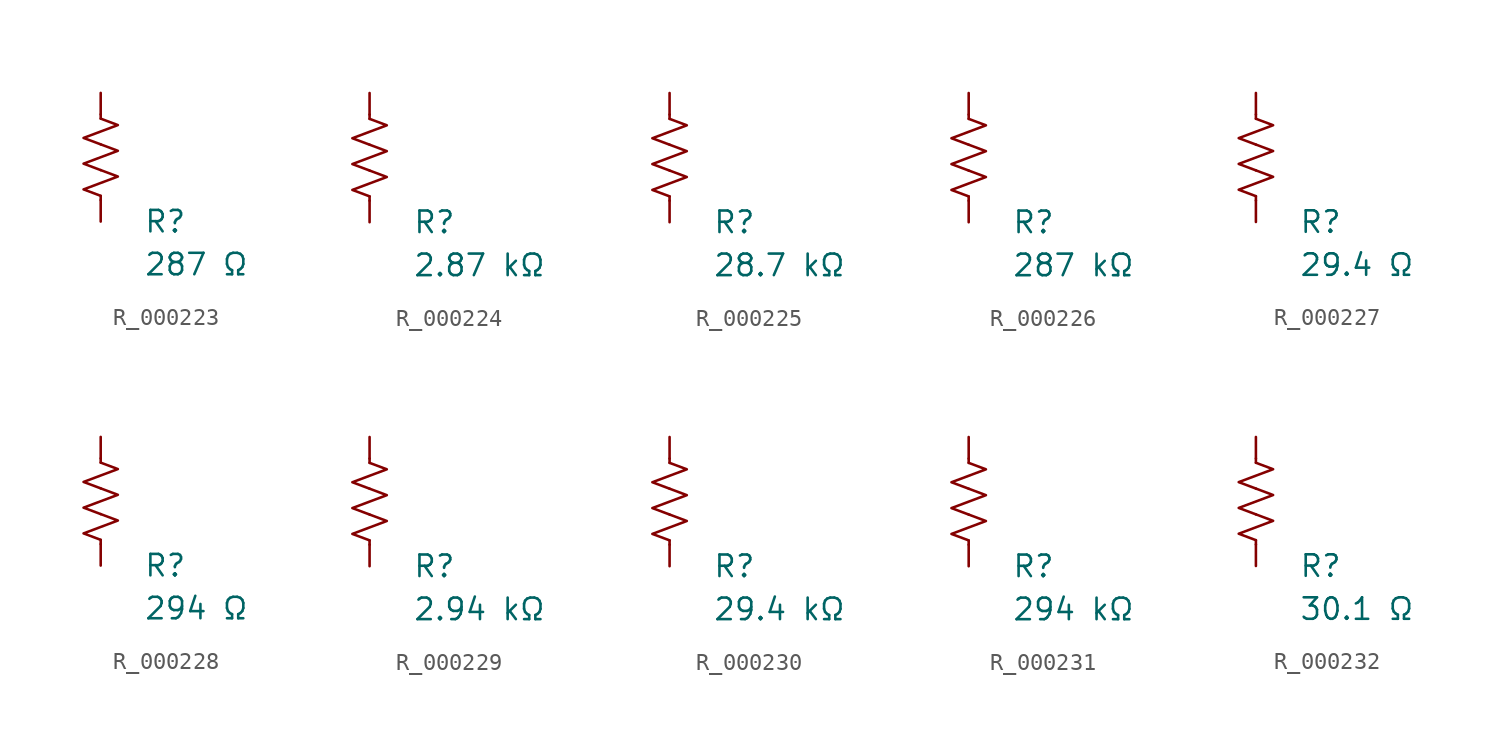
<source format=kicad_sym>
(kicad_symbol_lib
  (version 20231120)
  (generator "kicad_symbol_editor")
  (generator_version "8.0")
  (symbol "R_000223"
    (pin_numbers hide)
    (pin_names
      (offset 0))
    (property "Reference" "R"
      (at 2.54 -3.81 0)
      (effects (font (size 1.27 1.27)) (justify left))
      (show_name no))
    (property "Value" "287 Ω"
      (at 2.54 -6.35 0)
      (effects (font (size 1.27 1.27)) (justify left))
      (show_name no))
    (symbol "R_000223_0_1"
      (polyline (pts (xy 0 -2.286) (xy 0 -2.54)) (stroke (width 0) (type default)) (fill (type none)))
      (polyline (pts (xy 0 2.286) (xy 0 2.54)) (stroke (width 0) (type default)) (fill (type none)))
      (polyline (pts (xy 0 -0.762) (xy 1.016 -1.143) (xy 0 -1.524) (xy -1.016 -1.905) (xy 0 -2.286)) (stroke (width 0) (type default)) (fill (type none)))
      (polyline (pts (xy 0 0.762) (xy 1.016 0.381) (xy 0 0) (xy -1.016 -0.381) (xy 0 -0.762)) (stroke (width 0) (type default)) (fill (type none)))
      (polyline (pts (xy 0 2.286) (xy 1.016 1.905) (xy 0 1.524) (xy -1.016 1.143) (xy 0 0.762)) (stroke (width 0) (type default)) (fill (type none))))
    (symbol "R_000223_1_1"
      (pin passive line (at 0 3.81 270) (length 1.27) (name "~" (effects (font (size 1.27 1.27)))) (number "1" (effects (font (size 1.27 1.27)))))
      (pin passive line (at 0 -3.81 90) (length 1.27) (name "~" (effects (font (size 1.27 1.27)))) (number "2" (effects (font (size 1.27 1.27)))))))
  (symbol "R_000224"
    (pin_numbers hide)
    (pin_names
      (offset 0))
    (property "Reference" "R"
      (at 2.54 -3.81 0)
      (effects (font (size 1.27 1.27)) (justify left))
      (show_name no))
    (property "Value" "2.87 kΩ"
      (at 2.54 -6.35 0)
      (effects (font (size 1.27 1.27)) (justify left))
      (show_name no))
    (symbol "R_000224_0_1"
      (polyline (pts (xy 0 -2.286) (xy 0 -2.54)) (stroke (width 0) (type default)) (fill (type none)))
      (polyline (pts (xy 0 2.286) (xy 0 2.54)) (stroke (width 0) (type default)) (fill (type none)))
      (polyline (pts (xy 0 -0.762) (xy 1.016 -1.143) (xy 0 -1.524) (xy -1.016 -1.905) (xy 0 -2.286)) (stroke (width 0) (type default)) (fill (type none)))
      (polyline (pts (xy 0 0.762) (xy 1.016 0.381) (xy 0 0) (xy -1.016 -0.381) (xy 0 -0.762)) (stroke (width 0) (type default)) (fill (type none)))
      (polyline (pts (xy 0 2.286) (xy 1.016 1.905) (xy 0 1.524) (xy -1.016 1.143) (xy 0 0.762)) (stroke (width 0) (type default)) (fill (type none))))
    (symbol "R_000224_1_1"
      (pin passive line (at 0 3.81 270) (length 1.27) (name "~" (effects (font (size 1.27 1.27)))) (number "1" (effects (font (size 1.27 1.27)))))
      (pin passive line (at 0 -3.81 90) (length 1.27) (name "~" (effects (font (size 1.27 1.27)))) (number "2" (effects (font (size 1.27 1.27)))))))
  (symbol "R_000225"
    (pin_numbers hide)
    (pin_names
      (offset 0))
    (property "Reference" "R"
      (at 2.54 -3.81 0)
      (effects (font (size 1.27 1.27)) (justify left))
      (show_name no))
    (property "Value" "28.7 kΩ"
      (at 2.54 -6.35 0)
      (effects (font (size 1.27 1.27)) (justify left))
      (show_name no))
    (symbol "R_000225_0_1"
      (polyline (pts (xy 0 -2.286) (xy 0 -2.54)) (stroke (width 0) (type default)) (fill (type none)))
      (polyline (pts (xy 0 2.286) (xy 0 2.54)) (stroke (width 0) (type default)) (fill (type none)))
      (polyline (pts (xy 0 -0.762) (xy 1.016 -1.143) (xy 0 -1.524) (xy -1.016 -1.905) (xy 0 -2.286)) (stroke (width 0) (type default)) (fill (type none)))
      (polyline (pts (xy 0 0.762) (xy 1.016 0.381) (xy 0 0) (xy -1.016 -0.381) (xy 0 -0.762)) (stroke (width 0) (type default)) (fill (type none)))
      (polyline (pts (xy 0 2.286) (xy 1.016 1.905) (xy 0 1.524) (xy -1.016 1.143) (xy 0 0.762)) (stroke (width 0) (type default)) (fill (type none))))
    (symbol "R_000225_1_1"
      (pin passive line (at 0 3.81 270) (length 1.27) (name "~" (effects (font (size 1.27 1.27)))) (number "1" (effects (font (size 1.27 1.27)))))
      (pin passive line (at 0 -3.81 90) (length 1.27) (name "~" (effects (font (size 1.27 1.27)))) (number "2" (effects (font (size 1.27 1.27)))))))
  (symbol "R_000226"
    (pin_numbers hide)
    (pin_names
      (offset 0))
    (property "Reference" "R"
      (at 2.54 -3.81 0)
      (effects (font (size 1.27 1.27)) (justify left))
      (show_name no))
    (property "Value" "287 kΩ"
      (at 2.54 -6.35 0)
      (effects (font (size 1.27 1.27)) (justify left))
      (show_name no))
    (symbol "R_000226_0_1"
      (polyline (pts (xy 0 -2.286) (xy 0 -2.54)) (stroke (width 0) (type default)) (fill (type none)))
      (polyline (pts (xy 0 2.286) (xy 0 2.54)) (stroke (width 0) (type default)) (fill (type none)))
      (polyline (pts (xy 0 -0.762) (xy 1.016 -1.143) (xy 0 -1.524) (xy -1.016 -1.905) (xy 0 -2.286)) (stroke (width 0) (type default)) (fill (type none)))
      (polyline (pts (xy 0 0.762) (xy 1.016 0.381) (xy 0 0) (xy -1.016 -0.381) (xy 0 -0.762)) (stroke (width 0) (type default)) (fill (type none)))
      (polyline (pts (xy 0 2.286) (xy 1.016 1.905) (xy 0 1.524) (xy -1.016 1.143) (xy 0 0.762)) (stroke (width 0) (type default)) (fill (type none))))
    (symbol "R_000226_1_1"
      (pin passive line (at 0 3.81 270) (length 1.27) (name "~" (effects (font (size 1.27 1.27)))) (number "1" (effects (font (size 1.27 1.27)))))
      (pin passive line (at 0 -3.81 90) (length 1.27) (name "~" (effects (font (size 1.27 1.27)))) (number "2" (effects (font (size 1.27 1.27)))))))
  (symbol "R_000227"
    (pin_numbers hide)
    (pin_names
      (offset 0))
    (property "Reference" "R"
      (at 2.54 -3.81 0)
      (effects (font (size 1.27 1.27)) (justify left))
      (show_name no))
    (property "Value" "29.4 Ω"
      (at 2.54 -6.35 0)
      (effects (font (size 1.27 1.27)) (justify left))
      (show_name no))
    (symbol "R_000227_0_1"
      (polyline (pts (xy 0 -2.286) (xy 0 -2.54)) (stroke (width 0) (type default)) (fill (type none)))
      (polyline (pts (xy 0 2.286) (xy 0 2.54)) (stroke (width 0) (type default)) (fill (type none)))
      (polyline (pts (xy 0 -0.762) (xy 1.016 -1.143) (xy 0 -1.524) (xy -1.016 -1.905) (xy 0 -2.286)) (stroke (width 0) (type default)) (fill (type none)))
      (polyline (pts (xy 0 0.762) (xy 1.016 0.381) (xy 0 0) (xy -1.016 -0.381) (xy 0 -0.762)) (stroke (width 0) (type default)) (fill (type none)))
      (polyline (pts (xy 0 2.286) (xy 1.016 1.905) (xy 0 1.524) (xy -1.016 1.143) (xy 0 0.762)) (stroke (width 0) (type default)) (fill (type none))))
    (symbol "R_000227_1_1"
      (pin passive line (at 0 3.81 270) (length 1.27) (name "~" (effects (font (size 1.27 1.27)))) (number "1" (effects (font (size 1.27 1.27)))))
      (pin passive line (at 0 -3.81 90) (length 1.27) (name "~" (effects (font (size 1.27 1.27)))) (number "2" (effects (font (size 1.27 1.27)))))))
  (symbol "R_000228"
    (pin_numbers hide)
    (pin_names
      (offset 0))
    (property "Reference" "R"
      (at 2.54 -3.81 0)
      (effects (font (size 1.27 1.27)) (justify left))
      (show_name no))
    (property "Value" "294 Ω"
      (at 2.54 -6.35 0)
      (effects (font (size 1.27 1.27)) (justify left))
      (show_name no))
    (symbol "R_000228_0_1"
      (polyline (pts (xy 0 -2.286) (xy 0 -2.54)) (stroke (width 0) (type default)) (fill (type none)))
      (polyline (pts (xy 0 2.286) (xy 0 2.54)) (stroke (width 0) (type default)) (fill (type none)))
      (polyline (pts (xy 0 -0.762) (xy 1.016 -1.143) (xy 0 -1.524) (xy -1.016 -1.905) (xy 0 -2.286)) (stroke (width 0) (type default)) (fill (type none)))
      (polyline (pts (xy 0 0.762) (xy 1.016 0.381) (xy 0 0) (xy -1.016 -0.381) (xy 0 -0.762)) (stroke (width 0) (type default)) (fill (type none)))
      (polyline (pts (xy 0 2.286) (xy 1.016 1.905) (xy 0 1.524) (xy -1.016 1.143) (xy 0 0.762)) (stroke (width 0) (type default)) (fill (type none))))
    (symbol "R_000228_1_1"
      (pin passive line (at 0 3.81 270) (length 1.27) (name "~" (effects (font (size 1.27 1.27)))) (number "1" (effects (font (size 1.27 1.27)))))
      (pin passive line (at 0 -3.81 90) (length 1.27) (name "~" (effects (font (size 1.27 1.27)))) (number "2" (effects (font (size 1.27 1.27)))))))
  (symbol "R_000229"
    (pin_numbers hide)
    (pin_names
      (offset 0))
    (property "Reference" "R"
      (at 2.54 -3.81 0)
      (effects (font (size 1.27 1.27)) (justify left))
      (show_name no))
    (property "Value" "2.94 kΩ"
      (at 2.54 -6.35 0)
      (effects (font (size 1.27 1.27)) (justify left))
      (show_name no))
    (symbol "R_000229_0_1"
      (polyline (pts (xy 0 -2.286) (xy 0 -2.54)) (stroke (width 0) (type default)) (fill (type none)))
      (polyline (pts (xy 0 2.286) (xy 0 2.54)) (stroke (width 0) (type default)) (fill (type none)))
      (polyline (pts (xy 0 -0.762) (xy 1.016 -1.143) (xy 0 -1.524) (xy -1.016 -1.905) (xy 0 -2.286)) (stroke (width 0) (type default)) (fill (type none)))
      (polyline (pts (xy 0 0.762) (xy 1.016 0.381) (xy 0 0) (xy -1.016 -0.381) (xy 0 -0.762)) (stroke (width 0) (type default)) (fill (type none)))
      (polyline (pts (xy 0 2.286) (xy 1.016 1.905) (xy 0 1.524) (xy -1.016 1.143) (xy 0 0.762)) (stroke (width 0) (type default)) (fill (type none))))
    (symbol "R_000229_1_1"
      (pin passive line (at 0 3.81 270) (length 1.27) (name "~" (effects (font (size 1.27 1.27)))) (number "1" (effects (font (size 1.27 1.27)))))
      (pin passive line (at 0 -3.81 90) (length 1.27) (name "~" (effects (font (size 1.27 1.27)))) (number "2" (effects (font (size 1.27 1.27)))))))
  (symbol "R_000230"
    (pin_numbers hide)
    (pin_names
      (offset 0))
    (property "Reference" "R"
      (at 2.54 -3.81 0)
      (effects (font (size 1.27 1.27)) (justify left))
      (show_name no))
    (property "Value" "29.4 kΩ"
      (at 2.54 -6.35 0)
      (effects (font (size 1.27 1.27)) (justify left))
      (show_name no))
    (symbol "R_000230_0_1"
      (polyline (pts (xy 0 -2.286) (xy 0 -2.54)) (stroke (width 0) (type default)) (fill (type none)))
      (polyline (pts (xy 0 2.286) (xy 0 2.54)) (stroke (width 0) (type default)) (fill (type none)))
      (polyline (pts (xy 0 -0.762) (xy 1.016 -1.143) (xy 0 -1.524) (xy -1.016 -1.905) (xy 0 -2.286)) (stroke (width 0) (type default)) (fill (type none)))
      (polyline (pts (xy 0 0.762) (xy 1.016 0.381) (xy 0 0) (xy -1.016 -0.381) (xy 0 -0.762)) (stroke (width 0) (type default)) (fill (type none)))
      (polyline (pts (xy 0 2.286) (xy 1.016 1.905) (xy 0 1.524) (xy -1.016 1.143) (xy 0 0.762)) (stroke (width 0) (type default)) (fill (type none))))
    (symbol "R_000230_1_1"
      (pin passive line (at 0 3.81 270) (length 1.27) (name "~" (effects (font (size 1.27 1.27)))) (number "1" (effects (font (size 1.27 1.27)))))
      (pin passive line (at 0 -3.81 90) (length 1.27) (name "~" (effects (font (size 1.27 1.27)))) (number "2" (effects (font (size 1.27 1.27)))))))
  (symbol "R_000231"
    (pin_numbers hide)
    (pin_names
      (offset 0))
    (property "Reference" "R"
      (at 2.54 -3.81 0)
      (effects (font (size 1.27 1.27)) (justify left))
      (show_name no))
    (property "Value" "294 kΩ"
      (at 2.54 -6.35 0)
      (effects (font (size 1.27 1.27)) (justify left))
      (show_name no))
    (symbol "R_000231_0_1"
      (polyline (pts (xy 0 -2.286) (xy 0 -2.54)) (stroke (width 0) (type default)) (fill (type none)))
      (polyline (pts (xy 0 2.286) (xy 0 2.54)) (stroke (width 0) (type default)) (fill (type none)))
      (polyline (pts (xy 0 -0.762) (xy 1.016 -1.143) (xy 0 -1.524) (xy -1.016 -1.905) (xy 0 -2.286)) (stroke (width 0) (type default)) (fill (type none)))
      (polyline (pts (xy 0 0.762) (xy 1.016 0.381) (xy 0 0) (xy -1.016 -0.381) (xy 0 -0.762)) (stroke (width 0) (type default)) (fill (type none)))
      (polyline (pts (xy 0 2.286) (xy 1.016 1.905) (xy 0 1.524) (xy -1.016 1.143) (xy 0 0.762)) (stroke (width 0) (type default)) (fill (type none))))
    (symbol "R_000231_1_1"
      (pin passive line (at 0 3.81 270) (length 1.27) (name "~" (effects (font (size 1.27 1.27)))) (number "1" (effects (font (size 1.27 1.27)))))
      (pin passive line (at 0 -3.81 90) (length 1.27) (name "~" (effects (font (size 1.27 1.27)))) (number "2" (effects (font (size 1.27 1.27)))))))
  (symbol "R_000232"
    (pin_numbers hide)
    (pin_names
      (offset 0))
    (property "Reference" "R"
      (at 2.54 -3.81 0)
      (effects (font (size 1.27 1.27)) (justify left))
      (show_name no))
    (property "Value" "30.1 Ω"
      (at 2.54 -6.35 0)
      (effects (font (size 1.27 1.27)) (justify left))
      (show_name no))
    (symbol "R_000232_0_1"
      (polyline (pts (xy 0 -2.286) (xy 0 -2.54)) (stroke (width 0) (type default)) (fill (type none)))
      (polyline (pts (xy 0 2.286) (xy 0 2.54)) (stroke (width 0) (type default)) (fill (type none)))
      (polyline (pts (xy 0 -0.762) (xy 1.016 -1.143) (xy 0 -1.524) (xy -1.016 -1.905) (xy 0 -2.286)) (stroke (width 0) (type default)) (fill (type none)))
      (polyline (pts (xy 0 0.762) (xy 1.016 0.381) (xy 0 0) (xy -1.016 -0.381) (xy 0 -0.762)) (stroke (width 0) (type default)) (fill (type none)))
      (polyline (pts (xy 0 2.286) (xy 1.016 1.905) (xy 0 1.524) (xy -1.016 1.143) (xy 0 0.762)) (stroke (width 0) (type default)) (fill (type none))))
    (symbol "R_000232_1_1"
      (pin passive line (at 0 3.81 270) (length 1.27) (name "~" (effects (font (size 1.27 1.27)))) (number "1" (effects (font (size 1.27 1.27)))))
      (pin passive line (at 0 -3.81 90) (length 1.27) (name "~" (effects (font (size 1.27 1.27)))) (number "2" (effects (font (size 1.27 1.27))))))))
</source>
